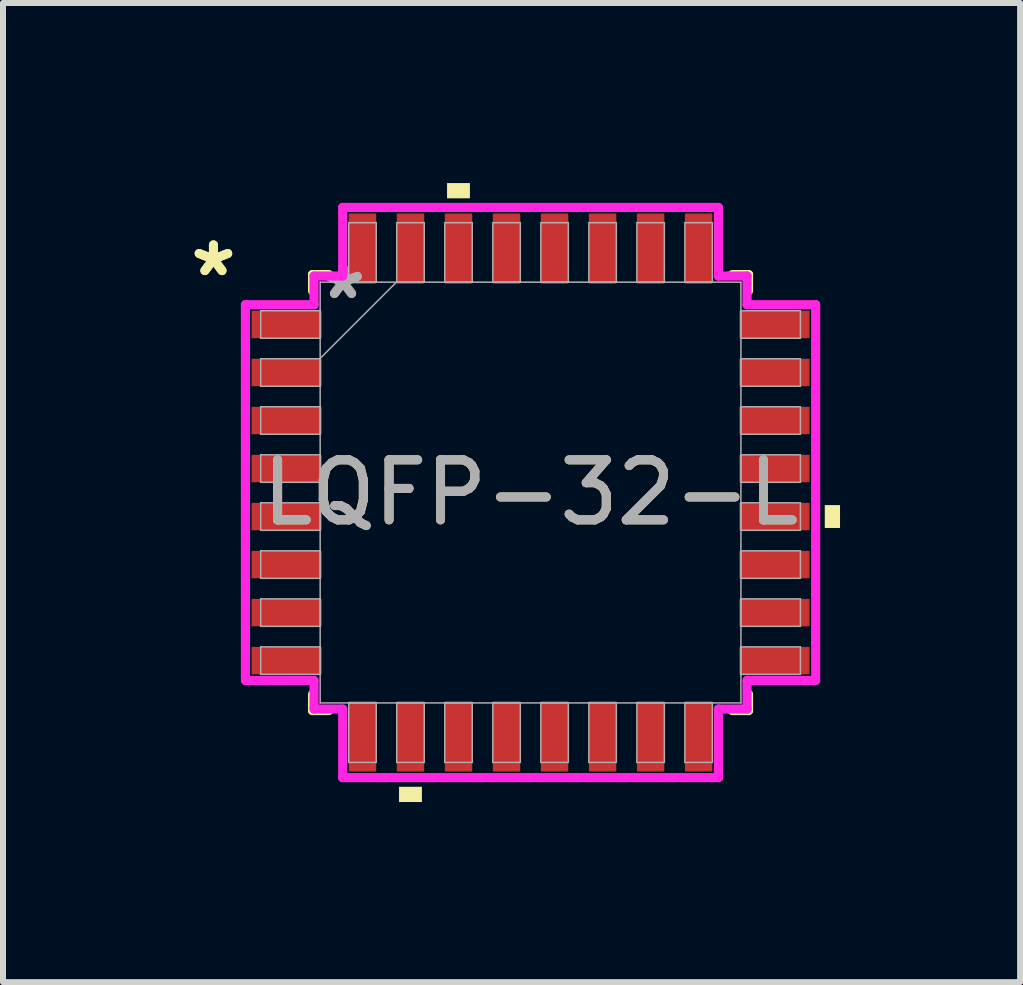
<source format=kicad_pcb>
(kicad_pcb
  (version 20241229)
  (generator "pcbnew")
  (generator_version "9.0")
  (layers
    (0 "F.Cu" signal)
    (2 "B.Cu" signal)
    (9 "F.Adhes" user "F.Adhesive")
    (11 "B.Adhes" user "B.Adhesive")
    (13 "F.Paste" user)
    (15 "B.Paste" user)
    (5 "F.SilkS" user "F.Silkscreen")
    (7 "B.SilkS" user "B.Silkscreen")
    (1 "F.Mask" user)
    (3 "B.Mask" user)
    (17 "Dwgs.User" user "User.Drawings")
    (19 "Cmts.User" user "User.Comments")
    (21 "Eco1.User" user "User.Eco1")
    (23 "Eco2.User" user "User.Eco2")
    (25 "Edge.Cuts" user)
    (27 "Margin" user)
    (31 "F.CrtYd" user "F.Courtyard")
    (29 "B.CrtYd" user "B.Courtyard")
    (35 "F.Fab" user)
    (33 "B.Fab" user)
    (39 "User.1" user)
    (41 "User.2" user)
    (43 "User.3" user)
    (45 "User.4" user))
  (footprint "LQFP-32-L"
    (layer "F.Cu")
    (at 5.789 5.156)
    (property "Reference" "LQFP-32-L" (at 0 0 0) (unlocked yes) (layer "F.SilkS") (effects (font (size 1 1) (thickness 0.15))))
    (attr smd)
    (fp_line (start -3.632 -3.632) (end -3.632 -3.361) (stroke (width 0.152) (type solid)) (layer "F.SilkS"))
    (fp_line (start -3.632 3.361) (end -3.632 3.632) (stroke (width 0.152) (type solid)) (layer "F.SilkS"))
    (fp_line (start -3.632 3.632) (end -3.361 3.632) (stroke (width 0.152) (type solid)) (layer "F.SilkS"))
    (fp_line (start -3.361 -3.632) (end -3.632 -3.632) (stroke (width 0.152) (type solid)) (layer "F.SilkS"))
    (fp_line (start 3.361 3.632) (end 3.632 3.632) (stroke (width 0.152) (type solid)) (layer "F.SilkS"))
    (fp_line (start 3.632 -3.632) (end 3.361 -3.632) (stroke (width 0.152) (type solid)) (layer "F.SilkS"))
    (fp_line (start 3.632 -3.361) (end 3.632 -3.632) (stroke (width 0.152) (type solid)) (layer "F.SilkS"))
    (fp_line (start 3.632 3.632) (end 3.632 3.361) (stroke (width 0.152) (type solid)) (layer "F.SilkS"))
    (fp_poly (pts (xy -2.191 4.902) (xy -2.191 5.156) (xy -1.81 5.156) (xy -1.81 4.902)) (stroke (width 0) (type solid)) (fill yes) (layer "F.SilkS"))
    (fp_poly (pts (xy -1.391 -4.902) (xy -1.391 -5.156) (xy -1.01 -5.156) (xy -1.01 -4.902)) (stroke (width 0) (type solid)) (fill yes) (layer "F.SilkS"))
    (fp_poly (pts (xy 5.156 0.209) (xy 5.156 0.59) (xy 4.902 0.59) (xy 4.902 0.209)) (stroke (width 0) (type solid)) (fill yes) (layer "F.SilkS"))
    (fp_line (start -4.75 -3.13) (end -3.607 -3.13) (stroke (width 0.152) (type solid)) (layer "F.CrtYd"))
    (fp_line (start -4.75 3.13) (end -4.75 -3.13) (stroke (width 0.152) (type solid)) (layer "F.CrtYd"))
    (fp_line (start -3.607 -3.607) (end -3.13 -3.607) (stroke (width 0.152) (type solid)) (layer "F.CrtYd"))
    (fp_line (start -3.607 -3.13) (end -3.607 -3.607) (stroke (width 0.152) (type solid)) (layer "F.CrtYd"))
    (fp_line (start -3.607 3.13) (end -4.75 3.13) (stroke (width 0.152) (type solid)) (layer "F.CrtYd"))
    (fp_line (start -3.607 3.607) (end -3.607 3.13) (stroke (width 0.152) (type solid)) (layer "F.CrtYd"))
    (fp_line (start -3.607 3.607) (end -3.13 3.607) (stroke (width 0.152) (type solid)) (layer "F.CrtYd"))
    (fp_line (start -3.13 -4.75) (end 3.13 -4.75) (stroke (width 0.152) (type solid)) (layer "F.CrtYd"))
    (fp_line (start -3.13 -3.607) (end -3.13 -4.75) (stroke (width 0.152) (type solid)) (layer "F.CrtYd"))
    (fp_line (start -3.13 3.607) (end -3.13 4.75) (stroke (width 0.152) (type solid)) (layer "F.CrtYd"))
    (fp_line (start -3.13 4.75) (end 3.13 4.75) (stroke (width 0.152) (type solid)) (layer "F.CrtYd"))
    (fp_line (start 3.13 -4.75) (end 3.13 -3.607) (stroke (width 0.152) (type solid)) (layer "F.CrtYd"))
    (fp_line (start 3.13 -3.607) (end 3.607 -3.607) (stroke (width 0.152) (type solid)) (layer "F.CrtYd"))
    (fp_line (start 3.13 3.607) (end 3.607 3.607) (stroke (width 0.152) (type solid)) (layer "F.CrtYd"))
    (fp_line (start 3.13 4.75) (end 3.13 3.607) (stroke (width 0.152) (type solid)) (layer "F.CrtYd"))
    (fp_line (start 3.607 -3.13) (end 3.607 -3.607) (stroke (width 0.152) (type solid)) (layer "F.CrtYd"))
    (fp_line (start 3.607 3.13) (end 4.75 3.13) (stroke (width 0.152) (type solid)) (layer "F.CrtYd"))
    (fp_line (start 3.607 3.607) (end 3.607 3.13) (stroke (width 0.152) (type solid)) (layer "F.CrtYd"))
    (fp_line (start 4.75 -3.13) (end 3.607 -3.13) (stroke (width 0.152) (type solid)) (layer "F.CrtYd"))
    (fp_line (start 4.75 3.13) (end 4.75 -3.13) (stroke (width 0.152) (type solid)) (layer "F.CrtYd"))
    (fp_line (start -4.496 -3.029) (end -4.496 -2.571) (stroke (width 0.025) (type solid)) (layer "F.Fab"))
    (fp_line (start -4.496 -2.571) (end -3.505 -2.571) (stroke (width 0.025) (type solid)) (layer "F.Fab"))
    (fp_line (start -4.496 -2.229) (end -4.496 -1.771) (stroke (width 0.025) (type solid)) (layer "F.Fab"))
    (fp_line (start -4.496 -1.771) (end -3.505 -1.771) (stroke (width 0.025) (type solid)) (layer "F.Fab"))
    (fp_line (start -4.496 -1.429) (end -4.496 -0.971) (stroke (width 0.025) (type solid)) (layer "F.Fab"))
    (fp_line (start -4.496 -0.971) (end -3.505 -0.971) (stroke (width 0.025) (type solid)) (layer "F.Fab"))
    (fp_line (start -4.496 -0.629) (end -4.496 -0.171) (stroke (width 0.025) (type solid)) (layer "F.Fab"))
    (fp_line (start -4.496 -0.171) (end -3.505 -0.171) (stroke (width 0.025) (type solid)) (layer "F.Fab"))
    (fp_line (start -4.496 0.171) (end -4.496 0.629) (stroke (width 0.025) (type solid)) (layer "F.Fab"))
    (fp_line (start -4.496 0.629) (end -3.505 0.629) (stroke (width 0.025) (type solid)) (layer "F.Fab"))
    (fp_line (start -4.496 0.971) (end -4.496 1.429) (stroke (width 0.025) (type solid)) (layer "F.Fab"))
    (fp_line (start -4.496 1.429) (end -3.505 1.429) (stroke (width 0.025) (type solid)) (layer "F.Fab"))
    (fp_line (start -4.496 1.771) (end -4.496 2.229) (stroke (width 0.025) (type solid)) (layer "F.Fab"))
    (fp_line (start -4.496 2.229) (end -3.505 2.229) (stroke (width 0.025) (type solid)) (layer "F.Fab"))
    (fp_line (start -4.496 2.571) (end -4.496 3.029) (stroke (width 0.025) (type solid)) (layer "F.Fab"))
    (fp_line (start -4.496 3.029) (end -3.505 3.029) (stroke (width 0.025) (type solid)) (layer "F.Fab"))
    (fp_line (start -3.505 -3.505) (end -3.505 3.505) (stroke (width 0.025) (type solid)) (layer "F.Fab"))
    (fp_line (start -3.505 -3.029) (end -4.496 -3.029) (stroke (width 0.025) (type solid)) (layer "F.Fab"))
    (fp_line (start -3.505 -2.571) (end -3.505 -3.029) (stroke (width 0.025) (type solid)) (layer "F.Fab"))
    (fp_line (start -3.505 -2.235) (end -2.235 -3.505) (stroke (width 0.025) (type solid)) (layer "F.Fab"))
    (fp_line (start -3.505 -2.229) (end -4.496 -2.229) (stroke (width 0.025) (type solid)) (layer "F.Fab"))
    (fp_line (start -3.505 -1.771) (end -3.505 -2.229) (stroke (width 0.025) (type solid)) (layer "F.Fab"))
    (fp_line (start -3.505 -1.429) (end -4.496 -1.429) (stroke (width 0.025) (type solid)) (layer "F.Fab"))
    (fp_line (start -3.505 -0.971) (end -3.505 -1.429) (stroke (width 0.025) (type solid)) (layer "F.Fab"))
    (fp_line (start -3.505 -0.629) (end -4.496 -0.629) (stroke (width 0.025) (type solid)) (layer "F.Fab"))
    (fp_line (start -3.505 -0.171) (end -3.505 -0.629) (stroke (width 0.025) (type solid)) (layer "F.Fab"))
    (fp_line (start -3.505 0.171) (end -4.496 0.171) (stroke (width 0.025) (type solid)) (layer "F.Fab"))
    (fp_line (start -3.505 0.629) (end -3.505 0.171) (stroke (width 0.025) (type solid)) (layer "F.Fab"))
    (fp_line (start -3.505 0.971) (end -4.496 0.971) (stroke (width 0.025) (type solid)) (layer "F.Fab"))
    (fp_line (start -3.505 1.429) (end -3.505 0.971) (stroke (width 0.025) (type solid)) (layer "F.Fab"))
    (fp_line (start -3.505 1.771) (end -4.496 1.771) (stroke (width 0.025) (type solid)) (layer "F.Fab"))
    (fp_line (start -3.505 2.229) (end -3.505 1.771) (stroke (width 0.025) (type solid)) (layer "F.Fab"))
    (fp_line (start -3.505 2.571) (end -4.496 2.571) (stroke (width 0.025) (type solid)) (layer "F.Fab"))
    (fp_line (start -3.505 3.029) (end -3.505 2.571) (stroke (width 0.025) (type solid)) (layer "F.Fab"))
    (fp_line (start -3.505 3.505) (end 3.505 3.505) (stroke (width 0.025) (type solid)) (layer "F.Fab"))
    (fp_line (start -3.029 -4.496) (end -3.029 -3.505) (stroke (width 0.025) (type solid)) (layer "F.Fab"))
    (fp_line (start -3.029 -3.505) (end -2.571 -3.505) (stroke (width 0.025) (type solid)) (layer "F.Fab"))
    (fp_line (start -3.029 3.505) (end -3.029 4.496) (stroke (width 0.025) (type solid)) (layer "F.Fab"))
    (fp_line (start -3.029 4.496) (end -2.571 4.496) (stroke (width 0.025) (type solid)) (layer "F.Fab"))
    (fp_line (start -2.571 -4.496) (end -3.029 -4.496) (stroke (width 0.025) (type solid)) (layer "F.Fab"))
    (fp_line (start -2.571 -3.505) (end -2.571 -4.496) (stroke (width 0.025) (type solid)) (layer "F.Fab"))
    (fp_line (start -2.571 3.505) (end -3.029 3.505) (stroke (width 0.025) (type solid)) (layer "F.Fab"))
    (fp_line (start -2.571 4.496) (end -2.571 3.505) (stroke (width 0.025) (type solid)) (layer "F.Fab"))
    (fp_line (start -2.229 -4.496) (end -2.229 -3.505) (stroke (width 0.025) (type solid)) (layer "F.Fab"))
    (fp_line (start -2.229 -3.505) (end -1.771 -3.505) (stroke (width 0.025) (type solid)) (layer "F.Fab"))
    (fp_line (start -2.229 3.505) (end -2.229 4.496) (stroke (width 0.025) (type solid)) (layer "F.Fab"))
    (fp_line (start -2.229 4.496) (end -1.771 4.496) (stroke (width 0.025) (type solid)) (layer "F.Fab"))
    (fp_line (start -1.771 -4.496) (end -2.229 -4.496) (stroke (width 0.025) (type solid)) (layer "F.Fab"))
    (fp_line (start -1.771 -3.505) (end -1.771 -4.496) (stroke (width 0.025) (type solid)) (layer "F.Fab"))
    (fp_line (start -1.771 3.505) (end -2.229 3.505) (stroke (width 0.025) (type solid)) (layer "F.Fab"))
    (fp_line (start -1.771 4.496) (end -1.771 3.505) (stroke (width 0.025) (type solid)) (layer "F.Fab"))
    (fp_line (start -1.429 -4.496) (end -1.429 -3.505) (stroke (width 0.025) (type solid)) (layer "F.Fab"))
    (fp_line (start -1.429 -3.505) (end -0.971 -3.505) (stroke (width 0.025) (type solid)) (layer "F.Fab"))
    (fp_line (start -1.429 3.505) (end -1.429 4.496) (stroke (width 0.025) (type solid)) (layer "F.Fab"))
    (fp_line (start -1.429 4.496) (end -0.971 4.496) (stroke (width 0.025) (type solid)) (layer "F.Fab"))
    (fp_line (start -0.971 -4.496) (end -1.429 -4.496) (stroke (width 0.025) (type solid)) (layer "F.Fab"))
    (fp_line (start -0.971 -3.505) (end -0.971 -4.496) (stroke (width 0.025) (type solid)) (layer "F.Fab"))
    (fp_line (start -0.971 3.505) (end -1.429 3.505) (stroke (width 0.025) (type solid)) (layer "F.Fab"))
    (fp_line (start -0.971 4.496) (end -0.971 3.505) (stroke (width 0.025) (type solid)) (layer "F.Fab"))
    (fp_line (start -0.629 -4.496) (end -0.629 -3.505) (stroke (width 0.025) (type solid)) (layer "F.Fab"))
    (fp_line (start -0.629 -3.505) (end -0.171 -3.505) (stroke (width 0.025) (type solid)) (layer "F.Fab"))
    (fp_line (start -0.629 3.505) (end -0.629 4.496) (stroke (width 0.025) (type solid)) (layer "F.Fab"))
    (fp_line (start -0.629 4.496) (end -0.171 4.496) (stroke (width 0.025) (type solid)) (layer "F.Fab"))
    (fp_line (start -0.171 -4.496) (end -0.629 -4.496) (stroke (width 0.025) (type solid)) (layer "F.Fab"))
    (fp_line (start -0.171 -3.505) (end -0.171 -4.496) (stroke (width 0.025) (type solid)) (layer "F.Fab"))
    (fp_line (start -0.171 3.505) (end -0.629 3.505) (stroke (width 0.025) (type solid)) (layer "F.Fab"))
    (fp_line (start -0.171 4.496) (end -0.171 3.505) (stroke (width 0.025) (type solid)) (layer "F.Fab"))
    (fp_line (start 0.171 -4.496) (end 0.171 -3.505) (stroke (width 0.025) (type solid)) (layer "F.Fab"))
    (fp_line (start 0.171 -3.505) (end 0.629 -3.505) (stroke (width 0.025) (type solid)) (layer "F.Fab"))
    (fp_line (start 0.171 3.505) (end 0.171 4.496) (stroke (width 0.025) (type solid)) (layer "F.Fab"))
    (fp_line (start 0.171 4.496) (end 0.629 4.496) (stroke (width 0.025) (type solid)) (layer "F.Fab"))
    (fp_line (start 0.629 -4.496) (end 0.171 -4.496) (stroke (width 0.025) (type solid)) (layer "F.Fab"))
    (fp_line (start 0.629 -3.505) (end 0.629 -4.496) (stroke (width 0.025) (type solid)) (layer "F.Fab"))
    (fp_line (start 0.629 3.505) (end 0.171 3.505) (stroke (width 0.025) (type solid)) (layer "F.Fab"))
    (fp_line (start 0.629 4.496) (end 0.629 3.505) (stroke (width 0.025) (type solid)) (layer "F.Fab"))
    (fp_line (start 0.971 -4.496) (end 0.971 -3.505) (stroke (width 0.025) (type solid)) (layer "F.Fab"))
    (fp_line (start 0.971 -3.505) (end 1.429 -3.505) (stroke (width 0.025) (type solid)) (layer "F.Fab"))
    (fp_line (start 0.971 3.505) (end 0.971 4.496) (stroke (width 0.025) (type solid)) (layer "F.Fab"))
    (fp_line (start 0.971 4.496) (end 1.429 4.496) (stroke (width 0.025) (type solid)) (layer "F.Fab"))
    (fp_line (start 1.429 -4.496) (end 0.971 -4.496) (stroke (width 0.025) (type solid)) (layer "F.Fab"))
    (fp_line (start 1.429 -3.505) (end 1.429 -4.496) (stroke (width 0.025) (type solid)) (layer "F.Fab"))
    (fp_line (start 1.429 3.505) (end 0.971 3.505) (stroke (width 0.025) (type solid)) (layer "F.Fab"))
    (fp_line (start 1.429 4.496) (end 1.429 3.505) (stroke (width 0.025) (type solid)) (layer "F.Fab"))
    (fp_line (start 1.771 -4.496) (end 1.771 -3.505) (stroke (width 0.025) (type solid)) (layer "F.Fab"))
    (fp_line (start 1.771 -3.505) (end 2.229 -3.505) (stroke (width 0.025) (type solid)) (layer "F.Fab"))
    (fp_line (start 1.771 3.505) (end 1.771 4.496) (stroke (width 0.025) (type solid)) (layer "F.Fab"))
    (fp_line (start 1.771 4.496) (end 2.229 4.496) (stroke (width 0.025) (type solid)) (layer "F.Fab"))
    (fp_line (start 2.229 -4.496) (end 1.771 -4.496) (stroke (width 0.025) (type solid)) (layer "F.Fab"))
    (fp_line (start 2.229 -3.505) (end 2.229 -4.496) (stroke (width 0.025) (type solid)) (layer "F.Fab"))
    (fp_line (start 2.229 3.505) (end 1.771 3.505) (stroke (width 0.025) (type solid)) (layer "F.Fab"))
    (fp_line (start 2.229 4.496) (end 2.229 3.505) (stroke (width 0.025) (type solid)) (layer "F.Fab"))
    (fp_line (start 2.571 -4.496) (end 2.571 -3.505) (stroke (width 0.025) (type solid)) (layer "F.Fab"))
    (fp_line (start 2.571 -3.505) (end 3.029 -3.505) (stroke (width 0.025) (type solid)) (layer "F.Fab"))
    (fp_line (start 2.571 3.505) (end 2.571 4.496) (stroke (width 0.025) (type solid)) (layer "F.Fab"))
    (fp_line (start 2.571 4.496) (end 3.029 4.496) (stroke (width 0.025) (type solid)) (layer "F.Fab"))
    (fp_line (start 3.029 -4.496) (end 2.571 -4.496) (stroke (width 0.025) (type solid)) (layer "F.Fab"))
    (fp_line (start 3.029 -3.505) (end 3.029 -4.496) (stroke (width 0.025) (type solid)) (layer "F.Fab"))
    (fp_line (start 3.029 3.505) (end 2.571 3.505) (stroke (width 0.025) (type solid)) (layer "F.Fab"))
    (fp_line (start 3.029 4.496) (end 3.029 3.505) (stroke (width 0.025) (type solid)) (layer "F.Fab"))
    (fp_line (start 3.505 -3.505) (end -3.505 -3.505) (stroke (width 0.025) (type solid)) (layer "F.Fab"))
    (fp_line (start 3.505 -3.029) (end 3.505 -2.571) (stroke (width 0.025) (type solid)) (layer "F.Fab"))
    (fp_line (start 3.505 -2.571) (end 4.496 -2.571) (stroke (width 0.025) (type solid)) (layer "F.Fab"))
    (fp_line (start 3.505 -2.229) (end 3.505 -1.771) (stroke (width 0.025) (type solid)) (layer "F.Fab"))
    (fp_line (start 3.505 -1.771) (end 4.496 -1.771) (stroke (width 0.025) (type solid)) (layer "F.Fab"))
    (fp_line (start 3.505 -1.429) (end 3.505 -0.971) (stroke (width 0.025) (type solid)) (layer "F.Fab"))
    (fp_line (start 3.505 -0.971) (end 4.496 -0.971) (stroke (width 0.025) (type solid)) (layer "F.Fab"))
    (fp_line (start 3.505 -0.629) (end 3.505 -0.171) (stroke (width 0.025) (type solid)) (layer "F.Fab"))
    (fp_line (start 3.505 -0.171) (end 4.496 -0.171) (stroke (width 0.025) (type solid)) (layer "F.Fab"))
    (fp_line (start 3.505 0.171) (end 3.505 0.629) (stroke (width 0.025) (type solid)) (layer "F.Fab"))
    (fp_line (start 3.505 0.629) (end 4.496 0.629) (stroke (width 0.025) (type solid)) (layer "F.Fab"))
    (fp_line (start 3.505 0.971) (end 3.505 1.429) (stroke (width 0.025) (type solid)) (layer "F.Fab"))
    (fp_line (start 3.505 1.429) (end 4.496 1.429) (stroke (width 0.025) (type solid)) (layer "F.Fab"))
    (fp_line (start 3.505 1.771) (end 3.505 2.229) (stroke (width 0.025) (type solid)) (layer "F.Fab"))
    (fp_line (start 3.505 2.229) (end 4.496 2.229) (stroke (width 0.025) (type solid)) (layer "F.Fab"))
    (fp_line (start 3.505 2.571) (end 3.505 3.029) (stroke (width 0.025) (type solid)) (layer "F.Fab"))
    (fp_line (start 3.505 3.029) (end 4.496 3.029) (stroke (width 0.025) (type solid)) (layer "F.Fab"))
    (fp_line (start 3.505 3.505) (end 3.505 -3.505) (stroke (width 0.025) (type solid)) (layer "F.Fab"))
    (fp_line (start 4.496 -3.029) (end 3.505 -3.029) (stroke (width 0.025) (type solid)) (layer "F.Fab"))
    (fp_line (start 4.496 -2.571) (end 4.496 -3.029) (stroke (width 0.025) (type solid)) (layer "F.Fab"))
    (fp_line (start 4.496 -2.229) (end 3.505 -2.229) (stroke (width 0.025) (type solid)) (layer "F.Fab"))
    (fp_line (start 4.496 -1.771) (end 4.496 -2.229) (stroke (width 0.025) (type solid)) (layer "F.Fab"))
    (fp_line (start 4.496 -1.429) (end 3.505 -1.429) (stroke (width 0.025) (type solid)) (layer "F.Fab"))
    (fp_line (start 4.496 -0.971) (end 4.496 -1.429) (stroke (width 0.025) (type solid)) (layer "F.Fab"))
    (fp_line (start 4.496 -0.629) (end 3.505 -0.629) (stroke (width 0.025) (type solid)) (layer "F.Fab"))
    (fp_line (start 4.496 -0.171) (end 4.496 -0.629) (stroke (width 0.025) (type solid)) (layer "F.Fab"))
    (fp_line (start 4.496 0.171) (end 3.505 0.171) (stroke (width 0.025) (type solid)) (layer "F.Fab"))
    (fp_line (start 4.496 0.629) (end 4.496 0.171) (stroke (width 0.025) (type solid)) (layer "F.Fab"))
    (fp_line (start 4.496 0.971) (end 3.505 0.971) (stroke (width 0.025) (type solid)) (layer "F.Fab"))
    (fp_line (start 4.496 1.429) (end 4.496 0.971) (stroke (width 0.025) (type solid)) (layer "F.Fab"))
    (fp_line (start 4.496 1.771) (end 3.505 1.771) (stroke (width 0.025) (type solid)) (layer "F.Fab"))
    (fp_line (start 4.496 2.229) (end 4.496 1.771) (stroke (width 0.025) (type solid)) (layer "F.Fab"))
    (fp_line (start 4.496 2.571) (end 3.505 2.571) (stroke (width 0.025) (type solid)) (layer "F.Fab"))
    (fp_line (start 4.496 3.029) (end 4.496 2.571) (stroke (width 0.025) (type solid)) (layer "F.Fab"))
    (fp_text user "*" (at -5.283 -3.581 0) (layer "F.SilkS") (effects (font (size 1 1) (thickness 0.15))))
    (fp_text user "*" (at -5.283 -3.581 0) (unlocked yes) (layer "F.SilkS") (effects (font (size 1 1) (thickness 0.15))))
    (fp_text user "*" (at -3.124 -3.2 0) (layer "F.Fab") (effects (font (size 1 1) (thickness 0.15))))
    (fp_text user "${REFERENCE}" (at 0 0 0) (unlocked yes) (layer "F.Fab") (effects (font (size 1 1) (thickness 0.15))))
    (fp_text user "*" (at -3.124 -3.2 0) (unlocked yes) (layer "F.Fab") (effects (font (size 1 1) (thickness 0.15))))
    (pad "1" smd rect (at -4.064 -2.8 90) (size 0.457 1.168) (layers "F.Cu" "F.Mask" "F.Paste"))
    (pad "2" smd rect (at -4.064 -2 90) (size 0.457 1.168) (layers "F.Cu" "F.Mask" "F.Paste"))
    (pad "3" smd rect (at -4.064 -1.2 90) (size 0.457 1.168) (layers "F.Cu" "F.Mask" "F.Paste"))
    (pad "4" smd rect (at -4.064 -0.4 90) (size 0.457 1.168) (layers "F.Cu" "F.Mask" "F.Paste"))
    (pad "5" smd rect (at -4.064 0.4 90) (size 0.457 1.168) (layers "F.Cu" "F.Mask" "F.Paste"))
    (pad "6" smd rect (at -4.064 1.2 90) (size 0.457 1.168) (layers "F.Cu" "F.Mask" "F.Paste"))
    (pad "7" smd rect (at -4.064 2 90) (size 0.457 1.168) (layers "F.Cu" "F.Mask" "F.Paste"))
    (pad "8" smd rect (at -4.064 2.8 90) (size 0.457 1.168) (layers "F.Cu" "F.Mask" "F.Paste"))
    (pad "9" smd rect (at -2.8 4.064) (size 0.457 1.168) (layers "F.Cu" "F.Mask" "F.Paste"))
    (pad "10" smd rect (at -2 4.064) (size 0.457 1.168) (layers "F.Cu" "F.Mask" "F.Paste"))
    (pad "11" smd rect (at -1.2 4.064) (size 0.457 1.168) (layers "F.Cu" "F.Mask" "F.Paste"))
    (pad "12" smd rect (at -0.4 4.064) (size 0.457 1.168) (layers "F.Cu" "F.Mask" "F.Paste"))
    (pad "13" smd rect (at 0.4 4.064) (size 0.457 1.168) (layers "F.Cu" "F.Mask" "F.Paste"))
    (pad "14" smd rect (at 1.2 4.064) (size 0.457 1.168) (layers "F.Cu" "F.Mask" "F.Paste"))
    (pad "15" smd rect (at 2 4.064) (size 0.457 1.168) (layers "F.Cu" "F.Mask" "F.Paste"))
    (pad "16" smd rect (at 2.8 4.064) (size 0.457 1.168) (layers "F.Cu" "F.Mask" "F.Paste"))
    (pad "17" smd rect (at 4.064 2.8 90) (size 0.457 1.168) (layers "F.Cu" "F.Mask" "F.Paste"))
    (pad "18" smd rect (at 4.064 2 90) (size 0.457 1.168) (layers "F.Cu" "F.Mask" "F.Paste"))
    (pad "19" smd rect (at 4.064 1.2 90) (size 0.457 1.168) (layers "F.Cu" "F.Mask" "F.Paste"))
    (pad "20" smd rect (at 4.064 0.4 90) (size 0.457 1.168) (layers "F.Cu" "F.Mask" "F.Paste"))
    (pad "21" smd rect (at 4.064 -0.4 90) (size 0.457 1.168) (layers "F.Cu" "F.Mask" "F.Paste"))
    (pad "22" smd rect (at 4.064 -1.2 90) (size 0.457 1.168) (layers "F.Cu" "F.Mask" "F.Paste"))
    (pad "23" smd rect (at 4.064 -2 90) (size 0.457 1.168) (layers "F.Cu" "F.Mask" "F.Paste"))
    (pad "24" smd rect (at 4.064 -2.8 90) (size 0.457 1.168) (layers "F.Cu" "F.Mask" "F.Paste"))
    (pad "25" smd rect (at 2.8 -4.064) (size 0.457 1.168) (layers "F.Cu" "F.Mask" "F.Paste"))
    (pad "26" smd rect (at 2 -4.064) (size 0.457 1.168) (layers "F.Cu" "F.Mask" "F.Paste"))
    (pad "27" smd rect (at 1.2 -4.064) (size 0.457 1.168) (layers "F.Cu" "F.Mask" "F.Paste"))
    (pad "28" smd rect (at 0.4 -4.064) (size 0.457 1.168) (layers "F.Cu" "F.Mask" "F.Paste"))
    (pad "29" smd rect (at -0.4 -4.064) (size 0.457 1.168) (layers "F.Cu" "F.Mask" "F.Paste"))
    (pad "30" smd rect (at -1.2 -4.064) (size 0.457 1.168) (layers "F.Cu" "F.Mask" "F.Paste"))
    (pad "31" smd rect (at -2 -4.064) (size 0.457 1.168) (layers "F.Cu" "F.Mask" "F.Paste"))
    (pad "32" smd rect (at -2.8 -4.064) (size 0.457 1.168) (layers "F.Cu" "F.Mask" "F.Paste")))
  (gr_rect
    (start -3 -3)
    (end 13.945 13.312)
    (stroke (width 0.1) (type default))
    (fill no)
    (layer "Edge.Cuts")))
</source>
